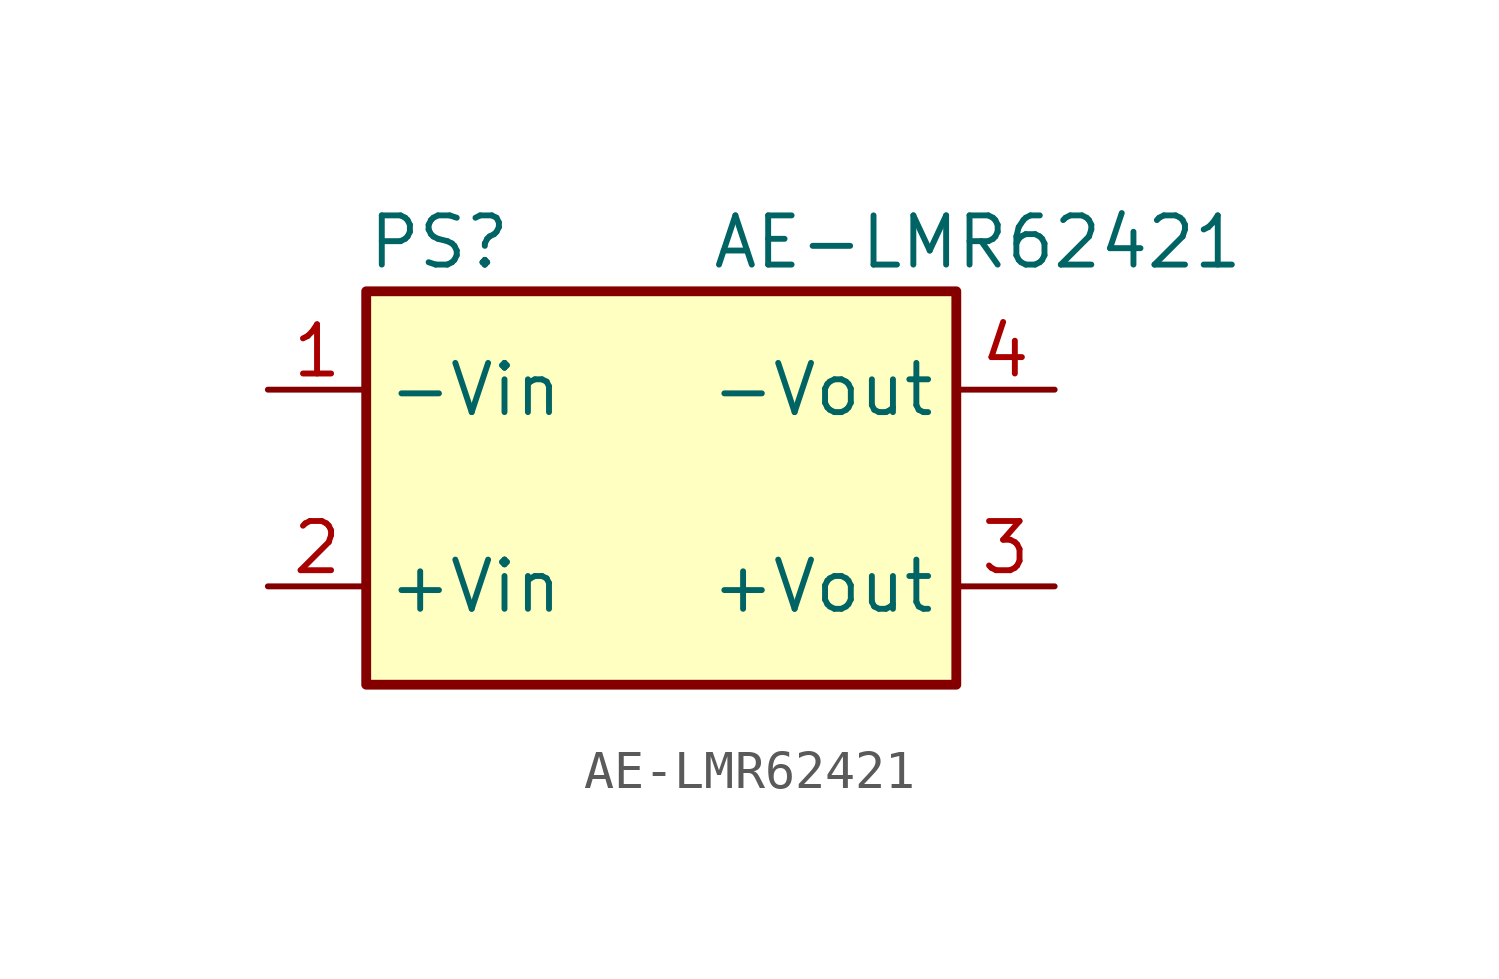
<source format=kicad_sym>
(kicad_symbol_lib
  (version 20241209)
  (generator "kicad_symbol_editor")
  (generator_version "9.0")
  (symbol "AE-LMR62421"
    (property "Reference" "PS"
      (at -7.62 6.35 0)
      (effects (font (size 1.27 1.27)) (justify left)))
    (property "Value" "AE-LMR62421"
      (at 1.27 6.35 0)
      (effects (font (size 1.27 1.27)) (justify left)))
    (symbol "AE-LMR62421_0_0"
      (pin power_in line (at -10.16 2.54 0) (length 2.54) (name "-Vin" (effects (font (size 1.27 1.27)))) (number "1" (effects (font (size 1.27 1.27)))))
      (pin power_in line (at -10.16 -2.54 0) (length 2.54) (name "+Vin" (effects (font (size 1.27 1.27)))) (number "2" (effects (font (size 1.27 1.27)))))
      (pin power_out line (at 10.16 2.54 180) (length 2.54) (name "-Vout" (effects (font (size 1.27 1.27)))) (number "4" (effects (font (size 1.27 1.27)))))
      (pin power_out line (at 10.16 -2.54 180) (length 2.54) (name "+Vout" (effects (font (size 1.27 1.27)))) (number "3" (effects (font (size 1.27 1.27))))))
    (symbol "AE-LMR62421_0_1"
      (rectangle (start -7.62 5.08) (end 7.62 -5.08) (stroke (width 0.254) (type solid)) (fill (type background))))))
</source>
